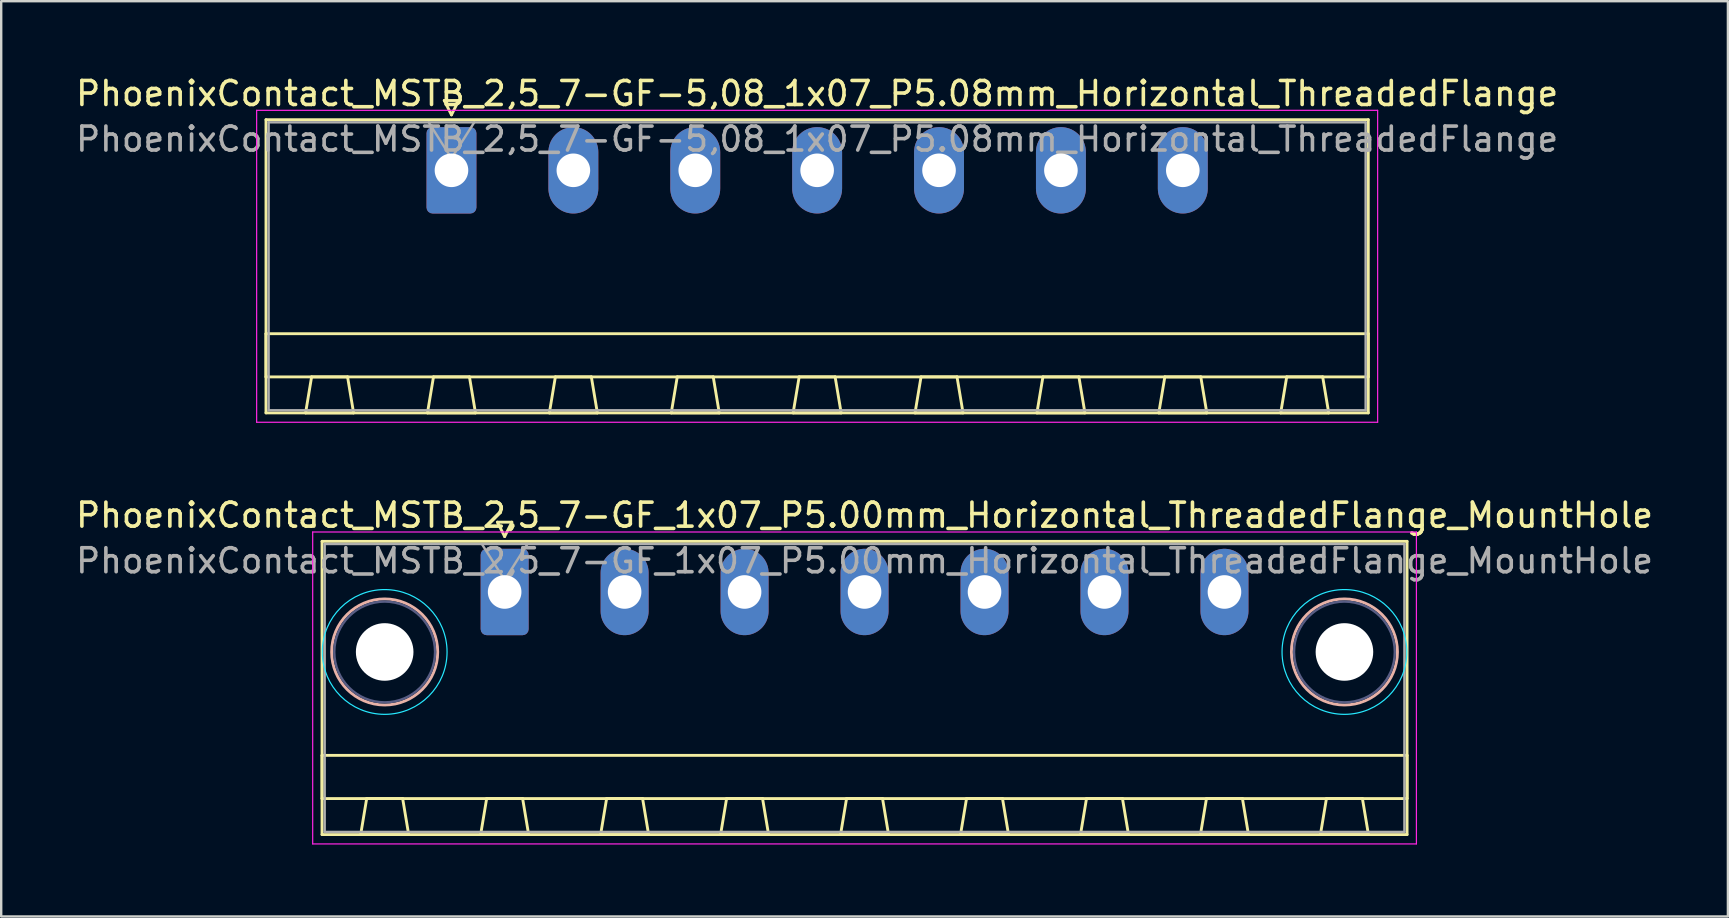
<source format=kicad_pcb>
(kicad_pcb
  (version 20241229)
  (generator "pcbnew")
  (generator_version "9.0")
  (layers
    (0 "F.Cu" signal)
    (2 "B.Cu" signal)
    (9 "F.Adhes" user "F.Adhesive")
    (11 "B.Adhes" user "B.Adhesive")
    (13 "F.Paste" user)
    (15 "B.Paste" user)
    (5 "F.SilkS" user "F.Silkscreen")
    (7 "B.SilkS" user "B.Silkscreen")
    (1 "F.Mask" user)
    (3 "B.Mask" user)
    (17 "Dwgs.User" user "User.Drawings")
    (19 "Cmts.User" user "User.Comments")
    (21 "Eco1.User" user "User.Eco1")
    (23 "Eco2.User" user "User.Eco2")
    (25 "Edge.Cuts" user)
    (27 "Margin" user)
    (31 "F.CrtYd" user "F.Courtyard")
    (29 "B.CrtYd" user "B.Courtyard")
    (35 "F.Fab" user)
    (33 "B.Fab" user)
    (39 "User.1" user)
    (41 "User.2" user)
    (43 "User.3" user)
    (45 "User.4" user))
  (footprint "PhoenixContact_MSTB_2,5_7-GF_1x07_P5.00mm_Horizontal_ThreadedFlange_MountHole"
    (layer "F.Cu")
    (at 17.982 21.622)
    (property "Reference" "PhoenixContact_MSTB_2,5_7-GF_1x07_P5.00mm_Horizontal_ThreadedFlange_MountHole" (at 15 -3.2 0) (layer "F.SilkS") (effects (font (size 1 1) (thickness 0.15))))
    (attr through_hole)
    (fp_line (start -7.61 -2.11) (end -7.61 10.11) (stroke (width 0.12) (type solid)) (layer "F.SilkS"))
    (fp_line (start -7.61 6.81) (end 37.61 6.81) (stroke (width 0.12) (type solid)) (layer "F.SilkS"))
    (fp_line (start -7.61 8.61) (end -7.61 6.81) (stroke (width 0.12) (type solid)) (layer "F.SilkS"))
    (fp_line (start -7.61 10.11) (end 37.61 10.11) (stroke (width 0.12) (type solid)) (layer "F.SilkS"))
    (fp_line (start -6 10.11) (end -4 10.11) (stroke (width 0.12) (type solid)) (layer "F.SilkS"))
    (fp_line (start -5.75 8.61) (end -6 10.11) (stroke (width 0.12) (type solid)) (layer "F.SilkS"))
    (fp_line (start -4.25 8.61) (end -5.75 8.61) (stroke (width 0.12) (type solid)) (layer "F.SilkS"))
    (fp_line (start -4 10.11) (end -4.25 8.61) (stroke (width 0.12) (type solid)) (layer "F.SilkS"))
    (fp_line (start -1 10.11) (end 1 10.11) (stroke (width 0.12) (type solid)) (layer "F.SilkS"))
    (fp_line (start -0.75 8.61) (end -1 10.11) (stroke (width 0.12) (type solid)) (layer "F.SilkS"))
    (fp_line (start -0.3 -2.91) (end 0.3 -2.91) (stroke (width 0.12) (type solid)) (layer "F.SilkS"))
    (fp_line (start 0 -2.31) (end -0.3 -2.91) (stroke (width 0.12) (type solid)) (layer "F.SilkS"))
    (fp_line (start 0.3 -2.91) (end 0 -2.31) (stroke (width 0.12) (type solid)) (layer "F.SilkS"))
    (fp_line (start 0.75 8.61) (end -0.75 8.61) (stroke (width 0.12) (type solid)) (layer "F.SilkS"))
    (fp_line (start 1 10.11) (end 0.75 8.61) (stroke (width 0.12) (type solid)) (layer "F.SilkS"))
    (fp_line (start 4 10.11) (end 6 10.11) (stroke (width 0.12) (type solid)) (layer "F.SilkS"))
    (fp_line (start 4.25 8.61) (end 4 10.11) (stroke (width 0.12) (type solid)) (layer "F.SilkS"))
    (fp_line (start 5.75 8.61) (end 4.25 8.61) (stroke (width 0.12) (type solid)) (layer "F.SilkS"))
    (fp_line (start 6 10.11) (end 5.75 8.61) (stroke (width 0.12) (type solid)) (layer "F.SilkS"))
    (fp_line (start 9 10.11) (end 11 10.11) (stroke (width 0.12) (type solid)) (layer "F.SilkS"))
    (fp_line (start 9.25 8.61) (end 9 10.11) (stroke (width 0.12) (type solid)) (layer "F.SilkS"))
    (fp_line (start 10.75 8.61) (end 9.25 8.61) (stroke (width 0.12) (type solid)) (layer "F.SilkS"))
    (fp_line (start 11 10.11) (end 10.75 8.61) (stroke (width 0.12) (type solid)) (layer "F.SilkS"))
    (fp_line (start 14 10.11) (end 16 10.11) (stroke (width 0.12) (type solid)) (layer "F.SilkS"))
    (fp_line (start 14.25 8.61) (end 14 10.11) (stroke (width 0.12) (type solid)) (layer "F.SilkS"))
    (fp_line (start 15.75 8.61) (end 14.25 8.61) (stroke (width 0.12) (type solid)) (layer "F.SilkS"))
    (fp_line (start 16 10.11) (end 15.75 8.61) (stroke (width 0.12) (type solid)) (layer "F.SilkS"))
    (fp_line (start 19 10.11) (end 21 10.11) (stroke (width 0.12) (type solid)) (layer "F.SilkS"))
    (fp_line (start 19.25 8.61) (end 19 10.11) (stroke (width 0.12) (type solid)) (layer "F.SilkS"))
    (fp_line (start 20.75 8.61) (end 19.25 8.61) (stroke (width 0.12) (type solid)) (layer "F.SilkS"))
    (fp_line (start 21 10.11) (end 20.75 8.61) (stroke (width 0.12) (type solid)) (layer "F.SilkS"))
    (fp_line (start 24 10.11) (end 26 10.11) (stroke (width 0.12) (type solid)) (layer "F.SilkS"))
    (fp_line (start 24.25 8.61) (end 24 10.11) (stroke (width 0.12) (type solid)) (layer "F.SilkS"))
    (fp_line (start 25.75 8.61) (end 24.25 8.61) (stroke (width 0.12) (type solid)) (layer "F.SilkS"))
    (fp_line (start 26 10.11) (end 25.75 8.61) (stroke (width 0.12) (type solid)) (layer "F.SilkS"))
    (fp_line (start 29 10.11) (end 31 10.11) (stroke (width 0.12) (type solid)) (layer "F.SilkS"))
    (fp_line (start 29.25 8.61) (end 29 10.11) (stroke (width 0.12) (type solid)) (layer "F.SilkS"))
    (fp_line (start 30.75 8.61) (end 29.25 8.61) (stroke (width 0.12) (type solid)) (layer "F.SilkS"))
    (fp_line (start 31 10.11) (end 30.75 8.61) (stroke (width 0.12) (type solid)) (layer "F.SilkS"))
    (fp_line (start 34 10.11) (end 36 10.11) (stroke (width 0.12) (type solid)) (layer "F.SilkS"))
    (fp_line (start 34.25 8.61) (end 34 10.11) (stroke (width 0.12) (type solid)) (layer "F.SilkS"))
    (fp_line (start 35.75 8.61) (end 34.25 8.61) (stroke (width 0.12) (type solid)) (layer "F.SilkS"))
    (fp_line (start 36 10.11) (end 35.75 8.61) (stroke (width 0.12) (type solid)) (layer "F.SilkS"))
    (fp_line (start 37.61 -2.11) (end -7.61 -2.11) (stroke (width 0.12) (type solid)) (layer "F.SilkS"))
    (fp_line (start 37.61 6.81) (end 37.61 8.61) (stroke (width 0.12) (type solid)) (layer "F.SilkS"))
    (fp_line (start 37.61 8.61) (end -7.61 8.61) (stroke (width 0.12) (type solid)) (layer "F.SilkS"))
    (fp_line (start 37.61 10.11) (end 37.61 -2.11) (stroke (width 0.12) (type solid)) (layer "F.SilkS"))
    (fp_circle (center -5 2.5) (end -2.79 2.5) (stroke (width 0.12) (type solid)) (fill no) (layer "B.SilkS"))
    (fp_circle (center 35 2.5) (end 37.21 2.5) (stroke (width 0.12) (type solid)) (fill no) (layer "B.SilkS"))
    (fp_circle (center -5 2.5) (end -2.4 2.5) (stroke (width 0.05) (type solid)) (fill no) (layer "B.CrtYd"))
    (fp_circle (center 35 2.5) (end 37.6 2.5) (stroke (width 0.05) (type solid)) (fill no) (layer "B.CrtYd"))
    (fp_line (start -8 -2.5) (end -8 10.5) (stroke (width 0.05) (type solid)) (layer "F.CrtYd"))
    (fp_line (start -8 10.5) (end 38 10.5) (stroke (width 0.05) (type solid)) (layer "F.CrtYd"))
    (fp_line (start 38 -2.5) (end -8 -2.5) (stroke (width 0.05) (type solid)) (layer "F.CrtYd"))
    (fp_line (start 38 10.5) (end 38 -2.5) (stroke (width 0.05) (type solid)) (layer "F.CrtYd"))
    (fp_circle (center -5 2.5) (end -2.9 2.5) (stroke (width 0.1) (type solid)) (fill no) (layer "B.Fab"))
    (fp_circle (center 35 2.5) (end 37.1 2.5) (stroke (width 0.1) (type solid)) (fill no) (layer "B.Fab"))
    (fp_line (start -7.5 -2) (end -7.5 10) (stroke (width 0.1) (type solid)) (layer "F.Fab"))
    (fp_line (start -7.5 10) (end 37.5 10) (stroke (width 0.1) (type solid)) (layer "F.Fab"))
    (fp_line (start 0 -0.5) (end -0.95 -2) (stroke (width 0.1) (type solid)) (layer "F.Fab"))
    (fp_line (start 0.95 -2) (end 0 -0.5) (stroke (width 0.1) (type solid)) (layer "F.Fab"))
    (fp_line (start 37.5 -2) (end -7.5 -2) (stroke (width 0.1) (type solid)) (layer "F.Fab"))
    (fp_line (start 37.5 10) (end 37.5 -2) (stroke (width 0.1) (type solid)) (layer "F.Fab"))
    (fp_text user "${REFERENCE}" (at 15 -1.3 0) (layer "F.Fab") (effects (font (size 1 1) (thickness 0.15))))
    (pad "" np_thru_hole circle (at -5 2.5) (size 2.4 2.4) (drill 2.4) (layers "*.Cu" "*.Mask"))
    (pad "" np_thru_hole circle (at 35 2.5) (size 2.4 2.4) (drill 2.4) (layers "*.Cu" "*.Mask"))
    (pad "1" thru_hole roundrect (at 0 0) (size 2 3.6) (drill 1.4) (layers "*.Cu" "*.Mask") (roundrect_rratio 0.125))
    (pad "2" thru_hole oval (at 5 0) (size 2 3.6) (drill 1.4) (layers "*.Cu" "*.Mask"))
    (pad "3" thru_hole oval (at 10 0) (size 2 3.6) (drill 1.4) (layers "*.Cu" "*.Mask"))
    (pad "4" thru_hole oval (at 15 0) (size 2 3.6) (drill 1.4) (layers "*.Cu" "*.Mask"))
    (pad "5" thru_hole oval (at 20 0) (size 2 3.6) (drill 1.4) (layers "*.Cu" "*.Mask"))
    (pad "6" thru_hole oval (at 25 0) (size 2 3.6) (drill 1.4) (layers "*.Cu" "*.Mask"))
    (pad "7" thru_hole oval (at 30 0) (size 2 3.6) (drill 1.4) (layers "*.Cu" "*.Mask")))
  (footprint "PhoenixContact_MSTB_2,5_7-GF-5,08_1x07_P5.08mm_Horizontal_ThreadedFlange"
    (layer "F.Cu")
    (at 15.766 4.048)
    (property "Reference" "PhoenixContact_MSTB_2,5_7-GF-5,08_1x07_P5.08mm_Horizontal_ThreadedFlange" (at 15.24 -3.2 0) (layer "F.SilkS") (effects (font (size 1 1) (thickness 0.15))))
    (attr through_hole)
    (fp_line (start -7.73 -2.11) (end -7.73 10.11) (stroke (width 0.12) (type solid)) (layer "F.SilkS"))
    (fp_line (start -7.73 6.81) (end 38.21 6.81) (stroke (width 0.12) (type solid)) (layer "F.SilkS"))
    (fp_line (start -7.73 8.61) (end -7.73 6.81) (stroke (width 0.12) (type solid)) (layer "F.SilkS"))
    (fp_line (start -7.73 10.11) (end 38.21 10.11) (stroke (width 0.12) (type solid)) (layer "F.SilkS"))
    (fp_line (start -6.08 10.11) (end -4.08 10.11) (stroke (width 0.12) (type solid)) (layer "F.SilkS"))
    (fp_line (start -5.83 8.61) (end -6.08 10.11) (stroke (width 0.12) (type solid)) (layer "F.SilkS"))
    (fp_line (start -4.33 8.61) (end -5.83 8.61) (stroke (width 0.12) (type solid)) (layer "F.SilkS"))
    (fp_line (start -4.08 10.11) (end -4.33 8.61) (stroke (width 0.12) (type solid)) (layer "F.SilkS"))
    (fp_line (start -1 10.11) (end 1 10.11) (stroke (width 0.12) (type solid)) (layer "F.SilkS"))
    (fp_line (start -0.75 8.61) (end -1 10.11) (stroke (width 0.12) (type solid)) (layer "F.SilkS"))
    (fp_line (start -0.3 -2.91) (end 0.3 -2.91) (stroke (width 0.12) (type solid)) (layer "F.SilkS"))
    (fp_line (start 0 -2.31) (end -0.3 -2.91) (stroke (width 0.12) (type solid)) (layer "F.SilkS"))
    (fp_line (start 0.3 -2.91) (end 0 -2.31) (stroke (width 0.12) (type solid)) (layer "F.SilkS"))
    (fp_line (start 0.75 8.61) (end -0.75 8.61) (stroke (width 0.12) (type solid)) (layer "F.SilkS"))
    (fp_line (start 1 10.11) (end 0.75 8.61) (stroke (width 0.12) (type solid)) (layer "F.SilkS"))
    (fp_line (start 4.08 10.11) (end 6.08 10.11) (stroke (width 0.12) (type solid)) (layer "F.SilkS"))
    (fp_line (start 4.33 8.61) (end 4.08 10.11) (stroke (width 0.12) (type solid)) (layer "F.SilkS"))
    (fp_line (start 5.83 8.61) (end 4.33 8.61) (stroke (width 0.12) (type solid)) (layer "F.SilkS"))
    (fp_line (start 6.08 10.11) (end 5.83 8.61) (stroke (width 0.12) (type solid)) (layer "F.SilkS"))
    (fp_line (start 9.16 10.11) (end 11.16 10.11) (stroke (width 0.12) (type solid)) (layer "F.SilkS"))
    (fp_line (start 9.41 8.61) (end 9.16 10.11) (stroke (width 0.12) (type solid)) (layer "F.SilkS"))
    (fp_line (start 10.91 8.61) (end 9.41 8.61) (stroke (width 0.12) (type solid)) (layer "F.SilkS"))
    (fp_line (start 11.16 10.11) (end 10.91 8.61) (stroke (width 0.12) (type solid)) (layer "F.SilkS"))
    (fp_line (start 14.24 10.11) (end 16.24 10.11) (stroke (width 0.12) (type solid)) (layer "F.SilkS"))
    (fp_line (start 14.49 8.61) (end 14.24 10.11) (stroke (width 0.12) (type solid)) (layer "F.SilkS"))
    (fp_line (start 15.99 8.61) (end 14.49 8.61) (stroke (width 0.12) (type solid)) (layer "F.SilkS"))
    (fp_line (start 16.24 10.11) (end 15.99 8.61) (stroke (width 0.12) (type solid)) (layer "F.SilkS"))
    (fp_line (start 19.32 10.11) (end 21.32 10.11) (stroke (width 0.12) (type solid)) (layer "F.SilkS"))
    (fp_line (start 19.57 8.61) (end 19.32 10.11) (stroke (width 0.12) (type solid)) (layer "F.SilkS"))
    (fp_line (start 21.07 8.61) (end 19.57 8.61) (stroke (width 0.12) (type solid)) (layer "F.SilkS"))
    (fp_line (start 21.32 10.11) (end 21.07 8.61) (stroke (width 0.12) (type solid)) (layer "F.SilkS"))
    (fp_line (start 24.4 10.11) (end 26.4 10.11) (stroke (width 0.12) (type solid)) (layer "F.SilkS"))
    (fp_line (start 24.65 8.61) (end 24.4 10.11) (stroke (width 0.12) (type solid)) (layer "F.SilkS"))
    (fp_line (start 26.15 8.61) (end 24.65 8.61) (stroke (width 0.12) (type solid)) (layer "F.SilkS"))
    (fp_line (start 26.4 10.11) (end 26.15 8.61) (stroke (width 0.12) (type solid)) (layer "F.SilkS"))
    (fp_line (start 29.48 10.11) (end 31.48 10.11) (stroke (width 0.12) (type solid)) (layer "F.SilkS"))
    (fp_line (start 29.73 8.61) (end 29.48 10.11) (stroke (width 0.12) (type solid)) (layer "F.SilkS"))
    (fp_line (start 31.23 8.61) (end 29.73 8.61) (stroke (width 0.12) (type solid)) (layer "F.SilkS"))
    (fp_line (start 31.48 10.11) (end 31.23 8.61) (stroke (width 0.12) (type solid)) (layer "F.SilkS"))
    (fp_line (start 34.56 10.11) (end 36.56 10.11) (stroke (width 0.12) (type solid)) (layer "F.SilkS"))
    (fp_line (start 34.81 8.61) (end 34.56 10.11) (stroke (width 0.12) (type solid)) (layer "F.SilkS"))
    (fp_line (start 36.31 8.61) (end 34.81 8.61) (stroke (width 0.12) (type solid)) (layer "F.SilkS"))
    (fp_line (start 36.56 10.11) (end 36.31 8.61) (stroke (width 0.12) (type solid)) (layer "F.SilkS"))
    (fp_line (start 38.21 -2.11) (end -7.73 -2.11) (stroke (width 0.12) (type solid)) (layer "F.SilkS"))
    (fp_line (start 38.21 6.81) (end 38.21 8.61) (stroke (width 0.12) (type solid)) (layer "F.SilkS"))
    (fp_line (start 38.21 8.61) (end -7.73 8.61) (stroke (width 0.12) (type solid)) (layer "F.SilkS"))
    (fp_line (start 38.21 10.11) (end 38.21 -2.11) (stroke (width 0.12) (type solid)) (layer "F.SilkS"))
    (fp_line (start -8.12 -2.5) (end -8.12 10.5) (stroke (width 0.05) (type solid)) (layer "F.CrtYd"))
    (fp_line (start -8.12 10.5) (end 38.6 10.5) (stroke (width 0.05) (type solid)) (layer "F.CrtYd"))
    (fp_line (start 38.6 -2.5) (end -8.12 -2.5) (stroke (width 0.05) (type solid)) (layer "F.CrtYd"))
    (fp_line (start 38.6 10.5) (end 38.6 -2.5) (stroke (width 0.05) (type solid)) (layer "F.CrtYd"))
    (fp_line (start -7.62 -2) (end -7.62 10) (stroke (width 0.1) (type solid)) (layer "F.Fab"))
    (fp_line (start -7.62 10) (end 38.1 10) (stroke (width 0.1) (type solid)) (layer "F.Fab"))
    (fp_line (start 0 -0.5) (end -0.95 -2) (stroke (width 0.1) (type solid)) (layer "F.Fab"))
    (fp_line (start 0.95 -2) (end 0 -0.5) (stroke (width 0.1) (type solid)) (layer "F.Fab"))
    (fp_line (start 38.1 -2) (end -7.62 -2) (stroke (width 0.1) (type solid)) (layer "F.Fab"))
    (fp_line (start 38.1 10) (end 38.1 -2) (stroke (width 0.1) (type solid)) (layer "F.Fab"))
    (fp_text user "${REFERENCE}" (at 15.24 -1.3 0) (layer "F.Fab") (effects (font (size 1 1) (thickness 0.15))))
    (pad "1" thru_hole roundrect (at 0 0) (size 2.08 3.6) (drill 1.4) (layers "*.Cu" "*.Mask") (roundrect_rratio 0.12))
    (pad "2" thru_hole oval (at 5.08 0) (size 2.08 3.6) (drill 1.4) (layers "*.Cu" "*.Mask"))
    (pad "3" thru_hole oval (at 10.16 0) (size 2.08 3.6) (drill 1.4) (layers "*.Cu" "*.Mask"))
    (pad "4" thru_hole oval (at 15.24 0) (size 2.08 3.6) (drill 1.4) (layers "*.Cu" "*.Mask"))
    (pad "5" thru_hole oval (at 20.32 0) (size 2.08 3.6) (drill 1.4) (layers "*.Cu" "*.Mask"))
    (pad "6" thru_hole oval (at 25.4 0) (size 2.08 3.6) (drill 1.4) (layers "*.Cu" "*.Mask"))
    (pad "7" thru_hole oval (at 30.48 0) (size 2.08 3.6) (drill 1.4) (layers "*.Cu" "*.Mask")))
  (gr_rect
    (start -3 -3)
    (end 68.964 35.147)
    (stroke (width 0.1) (type default))
    (fill no)
    (layer "Edge.Cuts")))
</source>
